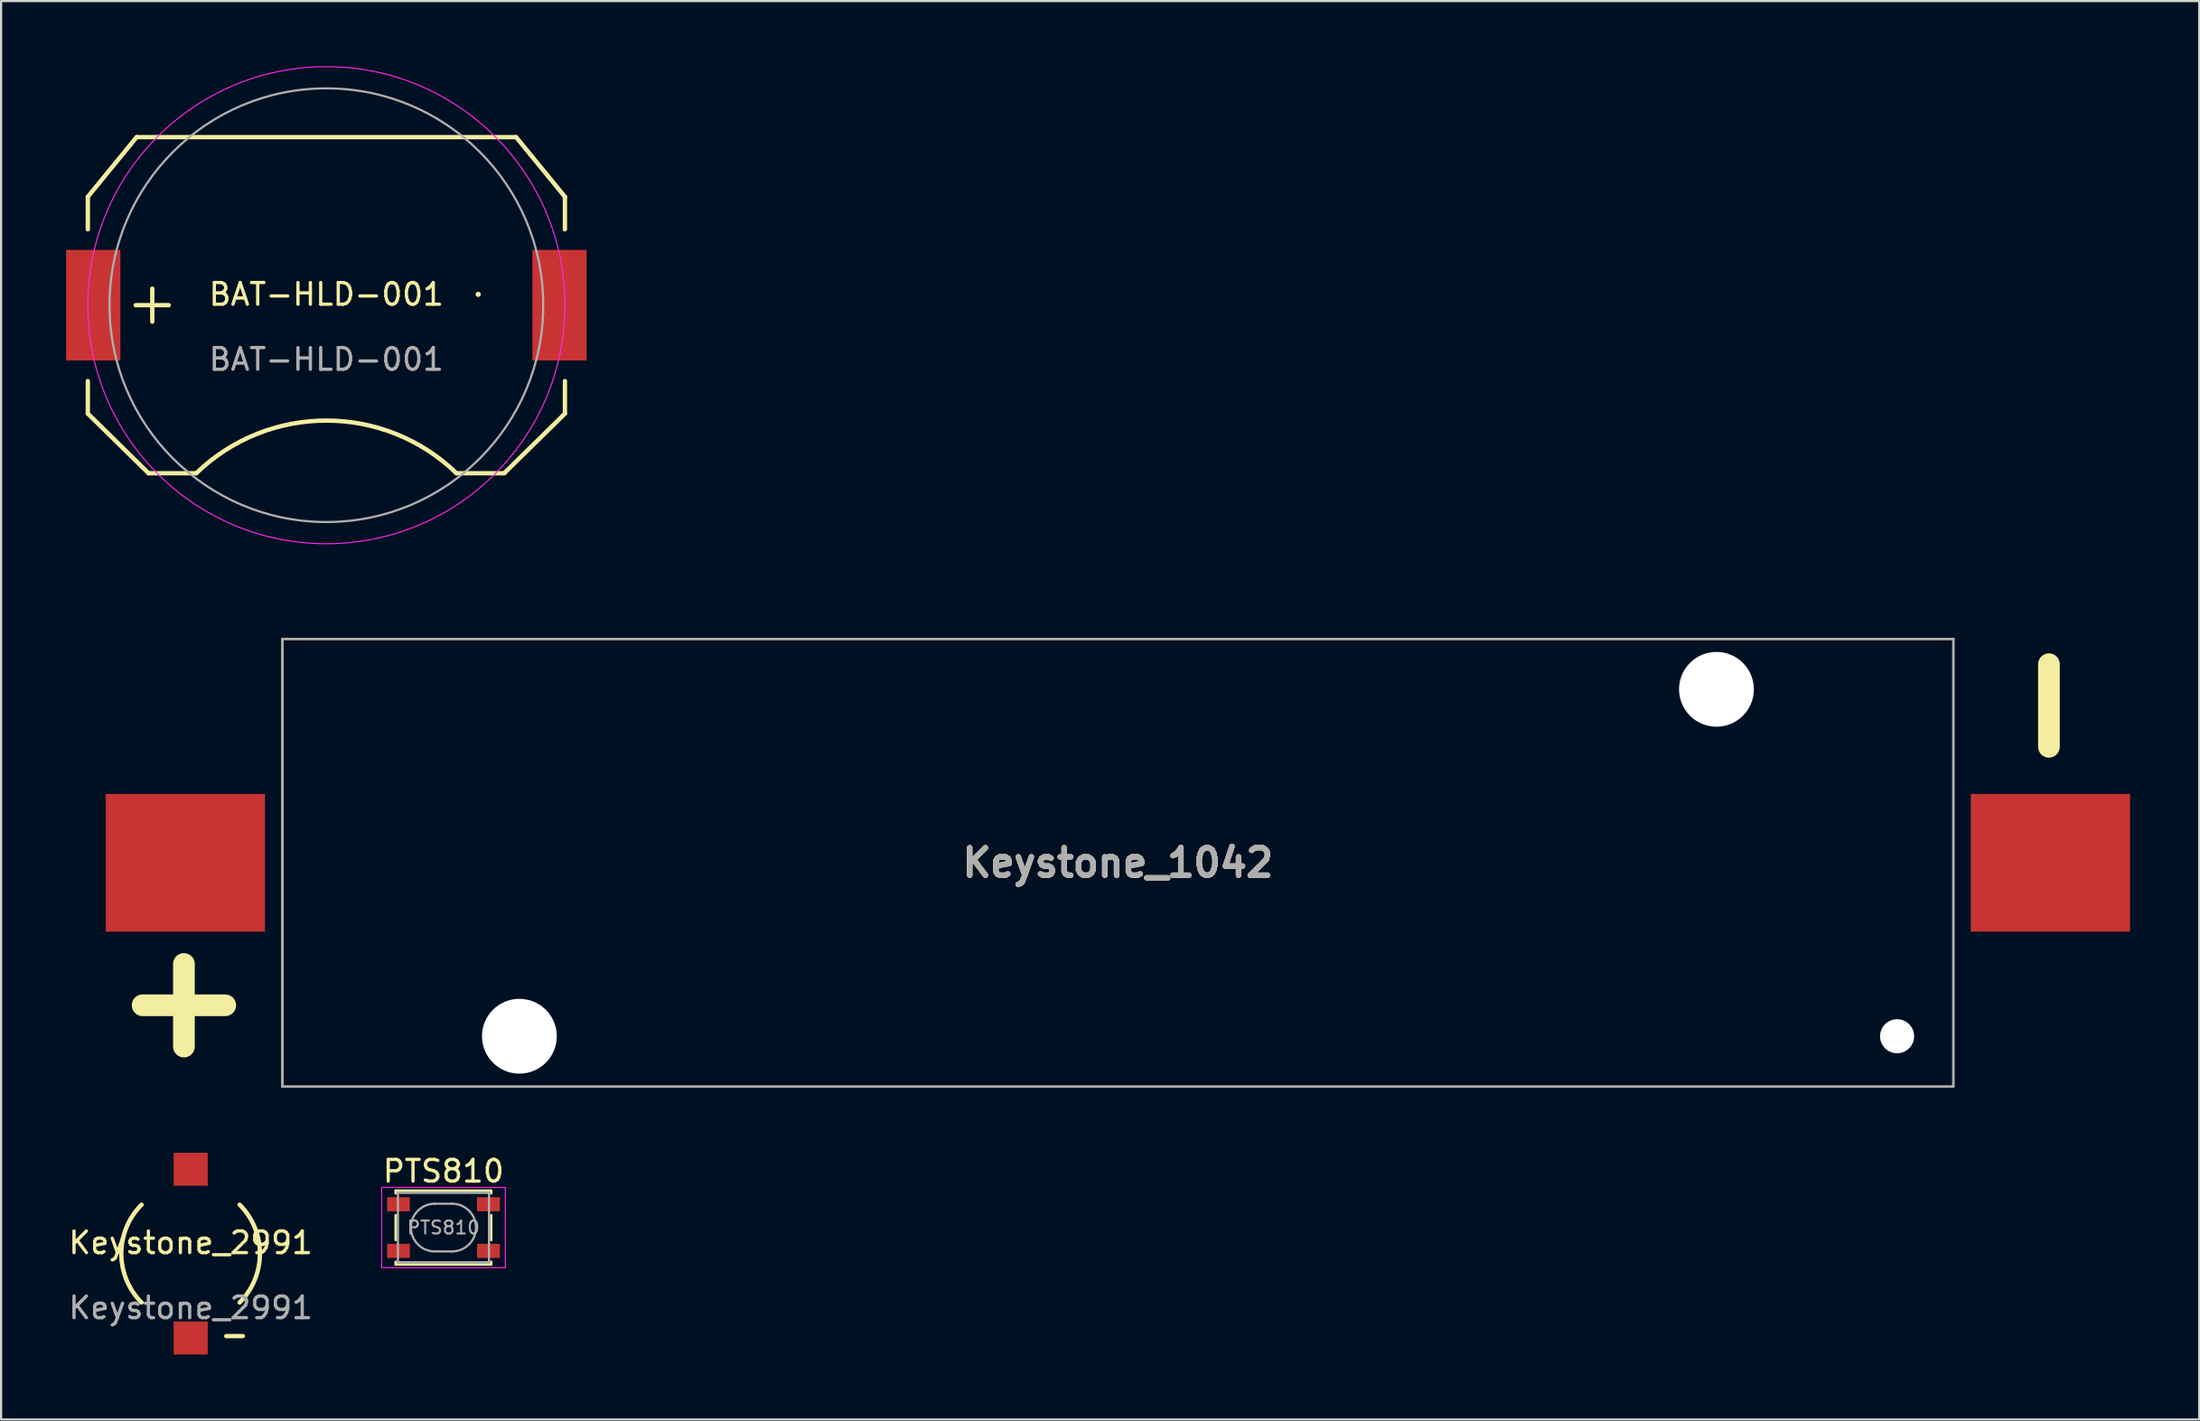
<source format=kicad_pcb>
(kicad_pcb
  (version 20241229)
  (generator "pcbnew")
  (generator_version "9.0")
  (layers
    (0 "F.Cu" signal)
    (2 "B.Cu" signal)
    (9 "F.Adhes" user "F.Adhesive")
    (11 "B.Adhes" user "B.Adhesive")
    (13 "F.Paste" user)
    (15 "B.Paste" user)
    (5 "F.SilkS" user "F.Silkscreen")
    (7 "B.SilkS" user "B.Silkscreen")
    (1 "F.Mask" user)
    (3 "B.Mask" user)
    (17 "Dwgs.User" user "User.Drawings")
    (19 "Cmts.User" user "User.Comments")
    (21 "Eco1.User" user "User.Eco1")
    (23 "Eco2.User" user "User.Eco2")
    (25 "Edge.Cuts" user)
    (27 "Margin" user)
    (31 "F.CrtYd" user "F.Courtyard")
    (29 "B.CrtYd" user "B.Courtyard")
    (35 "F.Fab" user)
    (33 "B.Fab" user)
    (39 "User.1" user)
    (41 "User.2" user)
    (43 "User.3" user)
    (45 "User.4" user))
  (footprint "BAT-HLD-001"
    (layer "F.Cu")
    (at 12 11.025)
    (property "Reference" "BAT-HLD-001" (at 0 -0.5 0) (unlocked yes) (layer "F.SilkS") (effects (font (size 1 1) (thickness 0.15))))
    (attr smd)
    (fp_line (start -11 -5) (end -11 -3.5) (stroke (width 0.2) (type solid)) (layer "F.SilkS"))
    (fp_line (start -11 -5) (end -8.75 -7.75) (stroke (width 0.2) (type solid)) (layer "F.SilkS"))
    (fp_line (start -11 3.5) (end -11 5) (stroke (width 0.2) (type solid)) (layer "F.SilkS"))
    (fp_line (start -11 5) (end -8.2 7.75) (stroke (width 0.2) (type solid)) (layer "F.SilkS"))
    (fp_line (start -8.2 7.75) (end -6 7.75) (stroke (width 0.2) (type solid)) (layer "F.SilkS"))
    (fp_line (start 6 7.75) (end 8.2 7.75) (stroke (width 0.2) (type solid)) (layer "F.SilkS"))
    (fp_line (start 8.75 -7.75) (end -8.75 -7.75) (stroke (width 0.2) (type solid)) (layer "F.SilkS"))
    (fp_line (start 11 -5) (end 8.75 -7.75) (stroke (width 0.2) (type solid)) (layer "F.SilkS"))
    (fp_line (start 11 -5) (end 11 -3.5) (stroke (width 0.2) (type solid)) (layer "F.SilkS"))
    (fp_line (start 11 3.5) (end 11 5) (stroke (width 0.2) (type solid)) (layer "F.SilkS"))
    (fp_line (start 11 5) (end 8.2 7.75) (stroke (width 0.2) (type solid)) (layer "F.SilkS"))
    (fp_arc (start -6 7.75) (mid 0 5.321425) (end 6 7.75) (stroke (width 0.2) (type solid)) (layer "F.SilkS"))
    (fp_circle (center 7 -0.5) (end 7 -0.5) (stroke (width 0.12) (type solid)) (fill no) (layer "F.SilkS"))
    (fp_circle (center 0 0) (end 11 0) (stroke (width 0.05) (type default)) (fill no) (layer "F.CrtYd"))
    (fp_circle (center 0 0) (end 10 0) (stroke (width 0.1) (type default)) (fill no) (layer "F.Fab"))
    (fp_text user "+" (at -9.398 1.016 0) (unlocked yes) (layer "F.SilkS") (effects (font (size 2 2) (thickness 0.2)) (justify left bottom)))
    (fp_text user "${REFERENCE}" (at 0 2.5 0) (unlocked yes) (layer "F.Fab") (effects (font (size 1 1) (thickness 0.15))))
    (pad "1" smd rect (at -10.75 0) (size 2.5 5.1) (layers "F.Cu" "F.Mask" "F.Paste"))
    (pad "1" smd rect (at 10.75 0) (size 2.5 5.1) (layers "F.Cu" "F.Mask" "F.Paste")))
  (footprint "Keystone_2991"
    (layer "F.Cu")
    (at 5.744 54.765)
    (property "Reference" "Keystone_2991" (at 0 -0.5 0) (unlocked yes) (layer "F.SilkS") (effects (font (size 1 1) (thickness 0.15))))
    (attr smd)
    (fp_arc (start -2.265492 2.256103) (mid -3.2 0) (end -2.265492 -2.256103) (stroke (width 0.2) (type solid)) (layer "F.SilkS"))
    (fp_arc (start 2.256103 -2.256103) (mid 3.190611 0) (end 2.256103 2.256103) (stroke (width 0.2) (type solid)) (layer "F.SilkS"))
    (fp_text user "-" (at 1.27 4.318 0) (unlocked yes) (layer "F.SilkS") (effects (font (size 1 1) (thickness 0.2)) (justify left bottom)))
    (fp_text user "${REFERENCE}" (at 0 2.5 0) (unlocked yes) (layer "F.Fab") (effects (font (size 1 1) (thickness 0.15))))
    (pad "1" smd rect (at 0 -3.89) (size 1.57 1.52) (layers "F.Cu" "F.Mask" "F.Paste"))
    (pad "1" smd rect (at 0 3.89) (size 1.57 1.52) (layers "F.Cu" "F.Mask" "F.Paste")))
  (footprint "PTS810"
    (layer "F.Cu")
    (at 17.399 53.564)
    (property "Reference" "PTS810" (at 0 -2.6 0) (layer "F.SilkS") (effects (font (size 1 1) (thickness 0.15))))
    (attr smd)
    (fp_line (start -2.2 -1.7) (end -2.2 -1.58) (stroke (width 0.12) (type solid)) (layer "F.SilkS"))
    (fp_line (start -2.2 -0.57) (end -2.2 0.57) (stroke (width 0.12) (type solid)) (layer "F.SilkS"))
    (fp_line (start -2.2 1.58) (end -2.2 1.7) (stroke (width 0.12) (type solid)) (layer "F.SilkS"))
    (fp_line (start -2.2 1.7) (end 2.2 1.7) (stroke (width 0.12) (type solid)) (layer "F.SilkS"))
    (fp_line (start 2.2 -1.7) (end -2.2 -1.7) (stroke (width 0.12) (type solid)) (layer "F.SilkS"))
    (fp_line (start 2.2 -1.58) (end 2.2 -1.7) (stroke (width 0.12) (type solid)) (layer "F.SilkS"))
    (fp_line (start 2.2 0.57) (end 2.2 -0.57) (stroke (width 0.12) (type solid)) (layer "F.SilkS"))
    (fp_line (start 2.2 1.7) (end 2.2 1.58) (stroke (width 0.12) (type solid)) (layer "F.SilkS"))
    (fp_line (start -2.85 -1.85) (end 2.85 -1.85) (stroke (width 0.05) (type solid)) (layer "F.CrtYd"))
    (fp_line (start -2.85 1.85) (end -2.85 -1.85) (stroke (width 0.05) (type solid)) (layer "F.CrtYd"))
    (fp_line (start 2.85 -1.85) (end 2.85 1.85) (stroke (width 0.05) (type solid)) (layer "F.CrtYd"))
    (fp_line (start 2.85 1.85) (end -2.85 1.85) (stroke (width 0.05) (type solid)) (layer "F.CrtYd"))
    (fp_line (start -2.1 -1.6) (end -2.1 1.6) (stroke (width 0.1) (type solid)) (layer "F.Fab"))
    (fp_line (start -2.1 1.6) (end 2.1 1.6) (stroke (width 0.1) (type solid)) (layer "F.Fab"))
    (fp_line (start -0.4 -1.1) (end 0.4 -1.1) (stroke (width 0.1) (type solid)) (layer "F.Fab"))
    (fp_line (start 0.4 1.1) (end -0.4 1.1) (stroke (width 0.1) (type solid)) (layer "F.Fab"))
    (fp_line (start 2.1 -1.6) (end -2.1 -1.6) (stroke (width 0.1) (type solid)) (layer "F.Fab"))
    (fp_line (start 2.1 1.6) (end 2.1 -1.6) (stroke (width 0.1) (type solid)) (layer "F.Fab"))
    (fp_arc (start -0.4 1.1) (mid -1.5 0) (end -0.4 -1.1) (stroke (width 0.1) (type solid)) (layer "F.Fab"))
    (fp_arc (start 0.4 -1.1) (mid 1.5 0) (end 0.4 1.1) (stroke (width 0.1) (type solid)) (layer "F.Fab"))
    (fp_text user "${REFERENCE}" (at 0 0 0) (layer "F.Fab") (effects (font (size 0.6 0.6) (thickness 0.09))))
    (pad "1" smd rect (at -2.075 -1.075) (size 1.05 0.65) (layers "F.Cu" "F.Mask" "F.Paste"))
    (pad "1" smd rect (at 2.075 -1.075) (size 1.05 0.65) (layers "F.Cu" "F.Mask" "F.Paste"))
    (pad "2" smd rect (at -2.075 1.075) (size 1.05 0.65) (layers "F.Cu" "F.Mask" "F.Paste"))
    (pad "2" smd rect (at 2.075 1.075) (size 1.05 0.65) (layers "F.Cu" "F.Mask" "F.Paste")))
  (footprint "Keystone_1042"
    (layer "F.Cu")
    (at 48.5 36.74)
    (property "Reference" "Keystone_1042" (at 0 0 0) (layer "F.SilkS") (effects (font (size 1.27 1.27) (thickness 0.254))))
    (attr through_hole)
    (fp_line (start -38.525 -10.325) (end 38.525 -10.325) (stroke (width 0.1) (type solid)) (layer "F.SilkS"))
    (fp_line (start -38.525 10.325) (end -38.525 -10.325) (stroke (width 0.1) (type solid)) (layer "F.SilkS"))
    (fp_line (start 38.525 -10.325) (end 38.525 10.325) (stroke (width 0.1) (type solid)) (layer "F.SilkS"))
    (fp_line (start 38.525 10.325) (end -38.525 10.325) (stroke (width 0.1) (type solid)) (layer "F.SilkS"))
    (fp_line (start -38.525 -10.325) (end 38.525 -10.325) (stroke (width 0.1) (type solid)) (layer "F.Fab"))
    (fp_line (start -38.525 10.325) (end -38.525 -10.325) (stroke (width 0.1) (type solid)) (layer "F.Fab"))
    (fp_line (start 38.525 -10.325) (end 38.525 10.325) (stroke (width 0.1) (type solid)) (layer "F.Fab"))
    (fp_line (start 38.525 10.325) (end -38.525 10.325) (stroke (width 0.1) (type solid)) (layer "F.Fab"))
    (fp_text user "-" (at 45.5 -3.5 90) (unlocked yes) (layer "F.SilkS") (effects (font (size 5 5) (thickness 1) (bold yes)) (justify left bottom)))
    (fp_text user "+" (at -40.5 10.325 90) (unlocked yes) (layer "F.SilkS") (effects (font (size 5 5) (thickness 1) (bold yes)) (justify left bottom)))
    (fp_text user "${REFERENCE}" (at 0 0 0) (layer "F.Fab") (effects (font (size 1.27 1.27) (thickness 0.254))))
    (pad "" np_thru_hole circle (at -27.6 8) (size 3.45 3.45) (drill 3.45) (layers "*.Cu" "*.Mask"))
    (pad "" np_thru_hole circle (at 27.6 -8) (size 3.45 3.45) (drill 3.45) (layers "*.Cu" "*.Mask"))
    (pad "" np_thru_hole circle (at 35.93 8) (size 1.57 1.57) (drill 1.57) (layers "*.Cu" "*.Mask"))
    (pad "1" smd rect (at -43 0 90) (size 6.35 7.34) (layers "F.Cu" "F.Mask" "F.Paste"))
    (pad "2" smd rect (at 43 0 90) (size 6.35 7.34) (layers "F.Cu" "F.Mask" "F.Paste")))
  (gr_rect
    (start -3 -3)
    (end 98.36 62.415)
    (stroke (width 0.1) (type default))
    (fill no)
    (layer "Edge.Cuts")))
</source>
